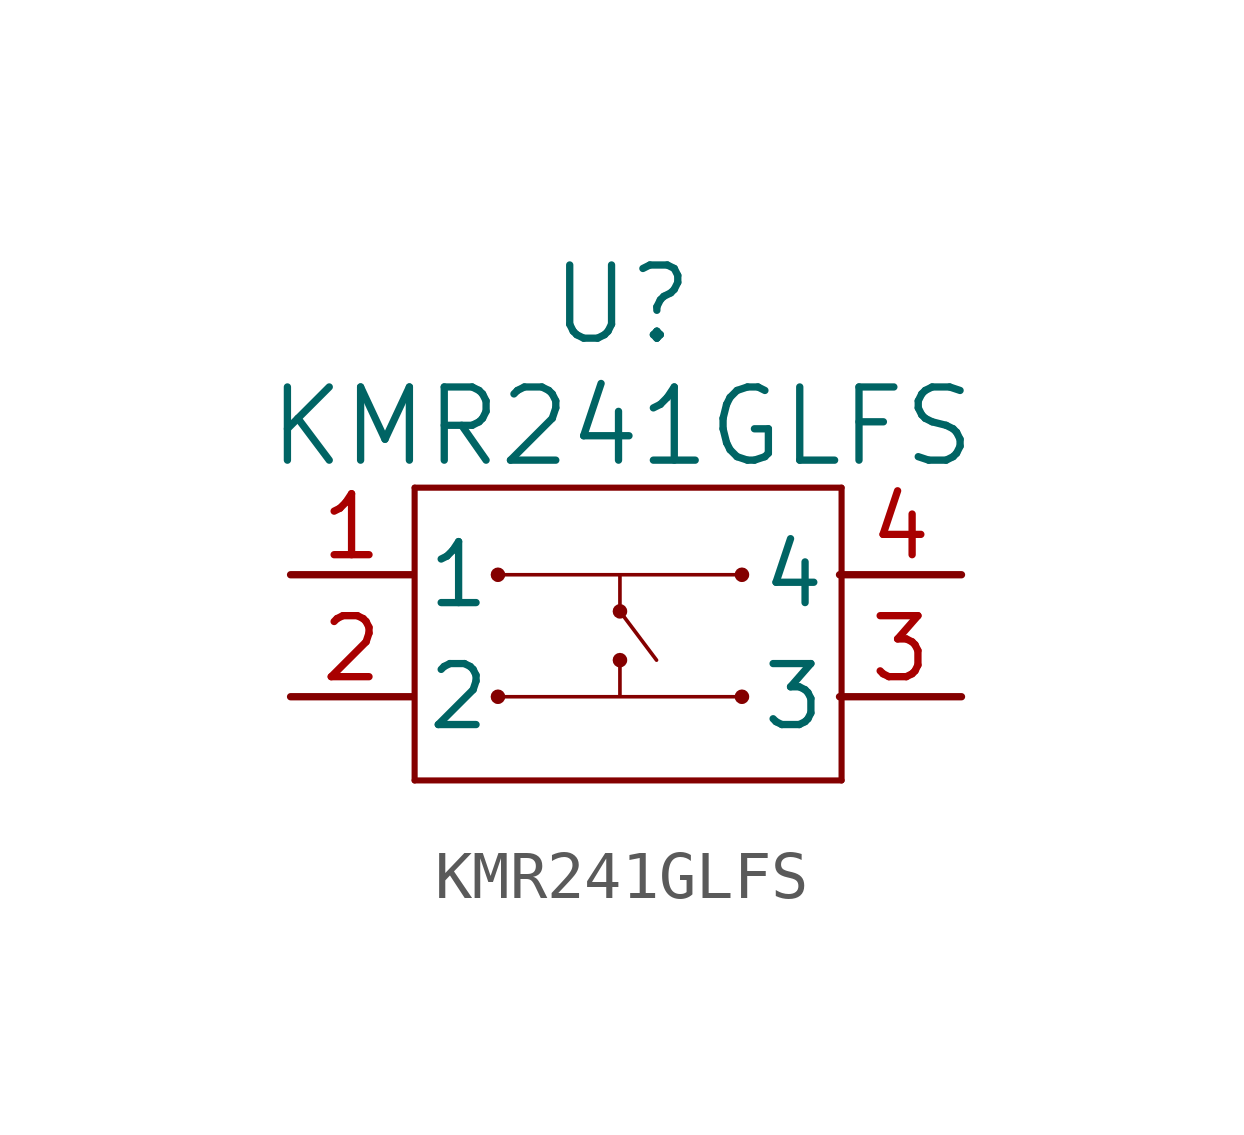
<source format=kicad_sym>
(kicad_symbol_lib
  (version 20241209)
  (generator "kicad_symbol_editor")
  (generator_version "9.0")
  (symbol "KMR241GLFS"
    (pin_names
      (offset 0.254))
    (property "Reference" "U"
      (at 6.901 5.623 0)
      (effects (font (size 1.524 1.524))))
    (property "Value" "KMR241GLFS"
      (at 6.901 3.083 0)
      (effects (font (size 1.524 1.524))))
    (property "ki_locked" ""
      (at 0 0 0)
      (effects (font (size 1.27 1.27))))
    (symbol "KMR241GLFS_0_1"
      (polyline (pts (xy 2.583 1.813) (xy 2.583 -4.283)) (stroke (width 0.127) (type default)) (fill (type none)))
      (polyline (pts (xy 2.583 -4.283) (xy 11.473 -4.283)) (stroke (width 0.127) (type default)) (fill (type none)))
      (polyline (pts (xy 11.473 1.813) (xy 2.583 1.813)) (stroke (width 0.127) (type default)) (fill (type none)))
      (polyline (pts (xy 11.473 -4.283) (xy 11.473 1.813)) (stroke (width 0.127) (type default)) (fill (type none))))
    (symbol "KMR241GLFS_1_1"
      (polyline (pts (xy 4.318 0) (xy 9.398 0) (xy 6.858 0) (xy 6.858 -0.762) (xy 7.62 -1.778)) (stroke (width 0.076) (type solid)) (fill (type none)))
      (circle (center 4.318 0) (radius 0.0001) (stroke (width 0.152) (type solid)) (fill (type none)))
      (circle (center 4.318 -2.54) (radius 0.0001) (stroke (width 0.152) (type solid)) (fill (type none)))
      (circle (center 6.858 -0.762) (radius 0.0001) (stroke (width 0.152) (type solid)) (fill (type none)))
      (circle (center 6.858 -1.778) (radius 0.0001) (stroke (width 0.152) (type solid)) (fill (type none)))
      (circle (center 9.398 0) (radius 0.0001) (stroke (width 0.152) (type solid)) (fill (type none)))
      (polyline (pts (xy 9.398 -2.54) (xy 4.318 -2.54) (xy 6.858 -2.54) (xy 6.858 -1.778) (xy 6.858 -1.905)) (stroke (width 0.076) (type solid)) (fill (type none)))
      (circle (center 9.398 -2.54) (radius 0.0001) (stroke (width 0.152) (type solid)) (fill (type none)))
      (pin unspecified line (at 0 0 0) (length 2.54) (name "1" (effects (font (size 1.27 1.27)))) (number "1" (effects (font (size 1.27 1.27)))))
      (pin unspecified line (at 0 -2.54 0) (length 2.54) (name "2" (effects (font (size 1.27 1.27)))) (number "2" (effects (font (size 1.27 1.27)))))
      (pin unspecified line (at 13.97 0 180) (length 2.54) (name "4" (effects (font (size 1.27 1.27)))) (number "4" (effects (font (size 1.27 1.27)))))
      (pin unspecified line (at 13.97 -2.54 180) (length 2.54) (name "3" (effects (font (size 1.27 1.27)))) (number "3" (effects (font (size 1.27 1.27))))))))
</source>
